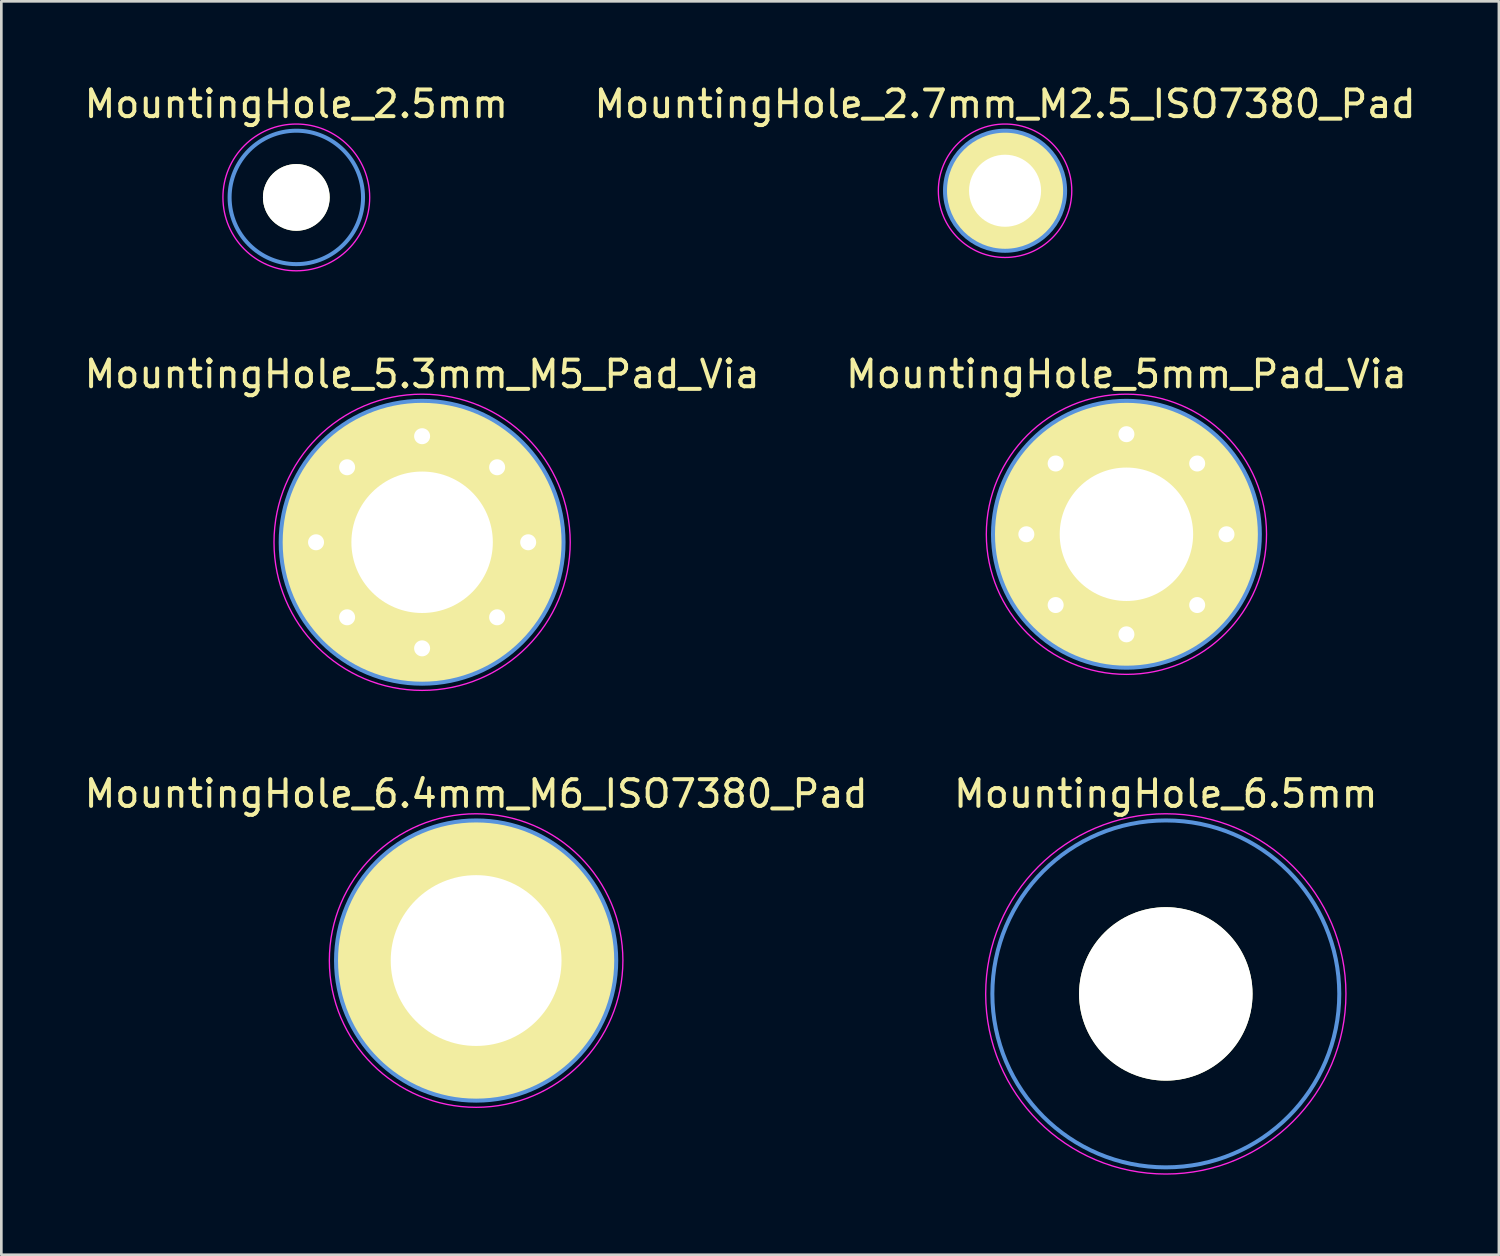
<source format=kicad_pcb>
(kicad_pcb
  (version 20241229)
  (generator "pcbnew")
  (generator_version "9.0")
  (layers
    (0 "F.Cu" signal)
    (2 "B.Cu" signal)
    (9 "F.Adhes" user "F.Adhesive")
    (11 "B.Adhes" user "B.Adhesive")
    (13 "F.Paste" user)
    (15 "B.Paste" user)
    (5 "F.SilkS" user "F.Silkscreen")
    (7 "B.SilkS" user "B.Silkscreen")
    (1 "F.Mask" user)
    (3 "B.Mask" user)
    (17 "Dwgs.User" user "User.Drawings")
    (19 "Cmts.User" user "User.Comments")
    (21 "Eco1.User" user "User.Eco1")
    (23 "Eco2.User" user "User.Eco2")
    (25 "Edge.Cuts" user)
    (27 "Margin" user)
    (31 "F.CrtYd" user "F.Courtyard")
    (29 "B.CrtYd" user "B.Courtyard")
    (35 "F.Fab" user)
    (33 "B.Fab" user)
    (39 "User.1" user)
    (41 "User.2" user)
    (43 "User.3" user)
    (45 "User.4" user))
  (footprint "MountingHole_6.4mm_M6_ISO7380_Pad"
    (layer "F.Cu")
    (at 14.792 32.945)
    (property "Reference" "MountingHole_6.4mm_M6_ISO7380_Pad" (at 0 -6.25 0) (layer "F.SilkS") (effects (font (size 1 1) (thickness 0.15))))
    (attr through_hole)
    (fp_circle (center 0 0) (end 5.25 0) (stroke (width 0.15) (type solid)) (fill no) (layer "Cmts.User"))
    (fp_circle (center 0 0) (end 5.5 0) (stroke (width 0.05) (type solid)) (fill no) (layer "F.CrtYd"))
    (pad "1" thru_hole circle (at 0 0) (size 10.5 10.5) (drill 6.4) (layers "*.Cu" "*.Mask" "F.SilkS")))
  (footprint "MountingHole_2.5mm"
    (layer "F.Cu")
    (at 8.054 4.348)
    (property "Reference" "MountingHole_2.5mm" (at 0 -3.5 0) (layer "F.SilkS") (effects (font (size 1 1) (thickness 0.15))))
    (attr through_hole)
    (fp_circle (center 0 0) (end 2.5 0) (stroke (width 0.15) (type solid)) (fill no) (layer "Cmts.User"))
    (fp_circle (center 0 0) (end 2.75 0) (stroke (width 0.05) (type solid)) (fill no) (layer "F.CrtYd"))
    (pad "" np_thru_hole circle (at 0 0) (size 2.5 2.5) (drill 2.5) (layers "*.Cu" "*.Mask" "F.SilkS")))
  (footprint "MountingHole_2.7mm_M2.5_ISO7380_Pad"
    (layer "F.Cu")
    (at 34.613 4.098)
    (property "Reference" "MountingHole_2.7mm_M2.5_ISO7380_Pad" (at 0 -3.25 0) (layer "F.SilkS") (effects (font (size 1 1) (thickness 0.15))))
    (attr through_hole)
    (fp_circle (center 0 0) (end 2.25 0) (stroke (width 0.15) (type solid)) (fill no) (layer "Cmts.User"))
    (fp_circle (center 0 0) (end 2.5 0) (stroke (width 0.05) (type solid)) (fill no) (layer "F.CrtYd"))
    (pad "1" thru_hole circle (at 0 0) (size 4.5 4.5) (drill 2.7) (layers "*.Cu" "*.Mask" "F.SilkS")))
  (footprint "MountingHole_6.5mm"
    (layer "F.Cu")
    (at 40.637 34.195)
    (property "Reference" "MountingHole_6.5mm" (at 0 -7.5 0) (layer "F.SilkS") (effects (font (size 1 1) (thickness 0.15))))
    (attr through_hole)
    (fp_circle (center 0 0) (end 6.5 0) (stroke (width 0.15) (type solid)) (fill no) (layer "Cmts.User"))
    (fp_circle (center 0 0) (end 6.75 0) (stroke (width 0.05) (type solid)) (fill no) (layer "F.CrtYd"))
    (pad "" np_thru_hole circle (at 0 0) (size 6.5 6.5) (drill 6.5) (layers "*.Cu" "*.Mask" "F.SilkS")))
  (footprint "MountingHole_5mm_Pad_Via"
    (layer "F.Cu")
    (at 39.161 16.971)
    (property "Reference" "MountingHole_5mm_Pad_Via" (at 0 -6 0) (layer "F.SilkS") (effects (font (size 1 1) (thickness 0.15))))
    (attr through_hole)
    (fp_circle (center 0 0) (end 5 0) (stroke (width 0.15) (type solid)) (fill no) (layer "Cmts.User"))
    (fp_circle (center 0 0) (end 5.25 0) (stroke (width 0.05) (type solid)) (fill no) (layer "F.CrtYd"))
    (pad "" thru_hole circle (at -3.75 0) (size 0.7 0.7) (drill 0.6) (layers "*.Cu" "*.Mask"))
    (pad "" thru_hole circle (at -2.652 -2.652) (size 0.7 0.7) (drill 0.6) (layers "*.Cu" "*.Mask"))
    (pad "" thru_hole circle (at -2.652 2.652) (size 0.7 0.7) (drill 0.6) (layers "*.Cu" "*.Mask"))
    (pad "" thru_hole circle (at 0 -3.75) (size 0.7 0.7) (drill 0.6) (layers "*.Cu" "*.Mask"))
    (pad "" thru_hole circle (at 0 3.75) (size 0.7 0.7) (drill 0.6) (layers "*.Cu" "*.Mask"))
    (pad "" thru_hole circle (at 2.652 -2.652) (size 0.7 0.7) (drill 0.6) (layers "*.Cu" "*.Mask"))
    (pad "" thru_hole circle (at 2.652 2.652) (size 0.7 0.7) (drill 0.6) (layers "*.Cu" "*.Mask"))
    (pad "" thru_hole circle (at 3.75 0) (size 0.7 0.7) (drill 0.6) (layers "*.Cu" "*.Mask"))
    (pad "1" thru_hole circle (at 0 0) (size 10 10) (drill 5) (layers "*.Cu" "*.Mask" "F.SilkS")))
  (footprint "MountingHole_5.3mm_M5_Pad_Via"
    (layer "F.Cu")
    (at 12.768 17.271)
    (property "Reference" "MountingHole_5.3mm_M5_Pad_Via" (at 0 -6.3 0) (layer "F.SilkS") (effects (font (size 1 1) (thickness 0.15))))
    (attr through_hole)
    (fp_circle (center 0 0) (end 5.3 0) (stroke (width 0.15) (type solid)) (fill no) (layer "Cmts.User"))
    (fp_circle (center 0 0) (end 5.55 0) (stroke (width 0.05) (type solid)) (fill no) (layer "F.CrtYd"))
    (pad "" thru_hole circle (at -3.975 0) (size 0.7 0.7) (drill 0.6) (layers "*.Cu" "*.Mask"))
    (pad "" thru_hole circle (at -2.811 -2.811) (size 0.7 0.7) (drill 0.6) (layers "*.Cu" "*.Mask"))
    (pad "" thru_hole circle (at -2.811 2.811) (size 0.7 0.7) (drill 0.6) (layers "*.Cu" "*.Mask"))
    (pad "" thru_hole circle (at 0 -3.975) (size 0.7 0.7) (drill 0.6) (layers "*.Cu" "*.Mask"))
    (pad "" thru_hole circle (at 0 3.975) (size 0.7 0.7) (drill 0.6) (layers "*.Cu" "*.Mask"))
    (pad "" thru_hole circle (at 2.811 -2.811) (size 0.7 0.7) (drill 0.6) (layers "*.Cu" "*.Mask"))
    (pad "" thru_hole circle (at 2.811 2.811) (size 0.7 0.7) (drill 0.6) (layers "*.Cu" "*.Mask"))
    (pad "" thru_hole circle (at 3.975 0) (size 0.7 0.7) (drill 0.6) (layers "*.Cu" "*.Mask"))
    (pad "1" thru_hole circle (at 0 0) (size 10.6 10.6) (drill 5.3) (layers "*.Cu" "*.Mask" "F.SilkS")))
  (gr_rect
    (start -3 -3)
    (end 53.119 43.97)
    (stroke (width 0.1) (type default))
    (fill no)
    (layer "Edge.Cuts")))
</source>
